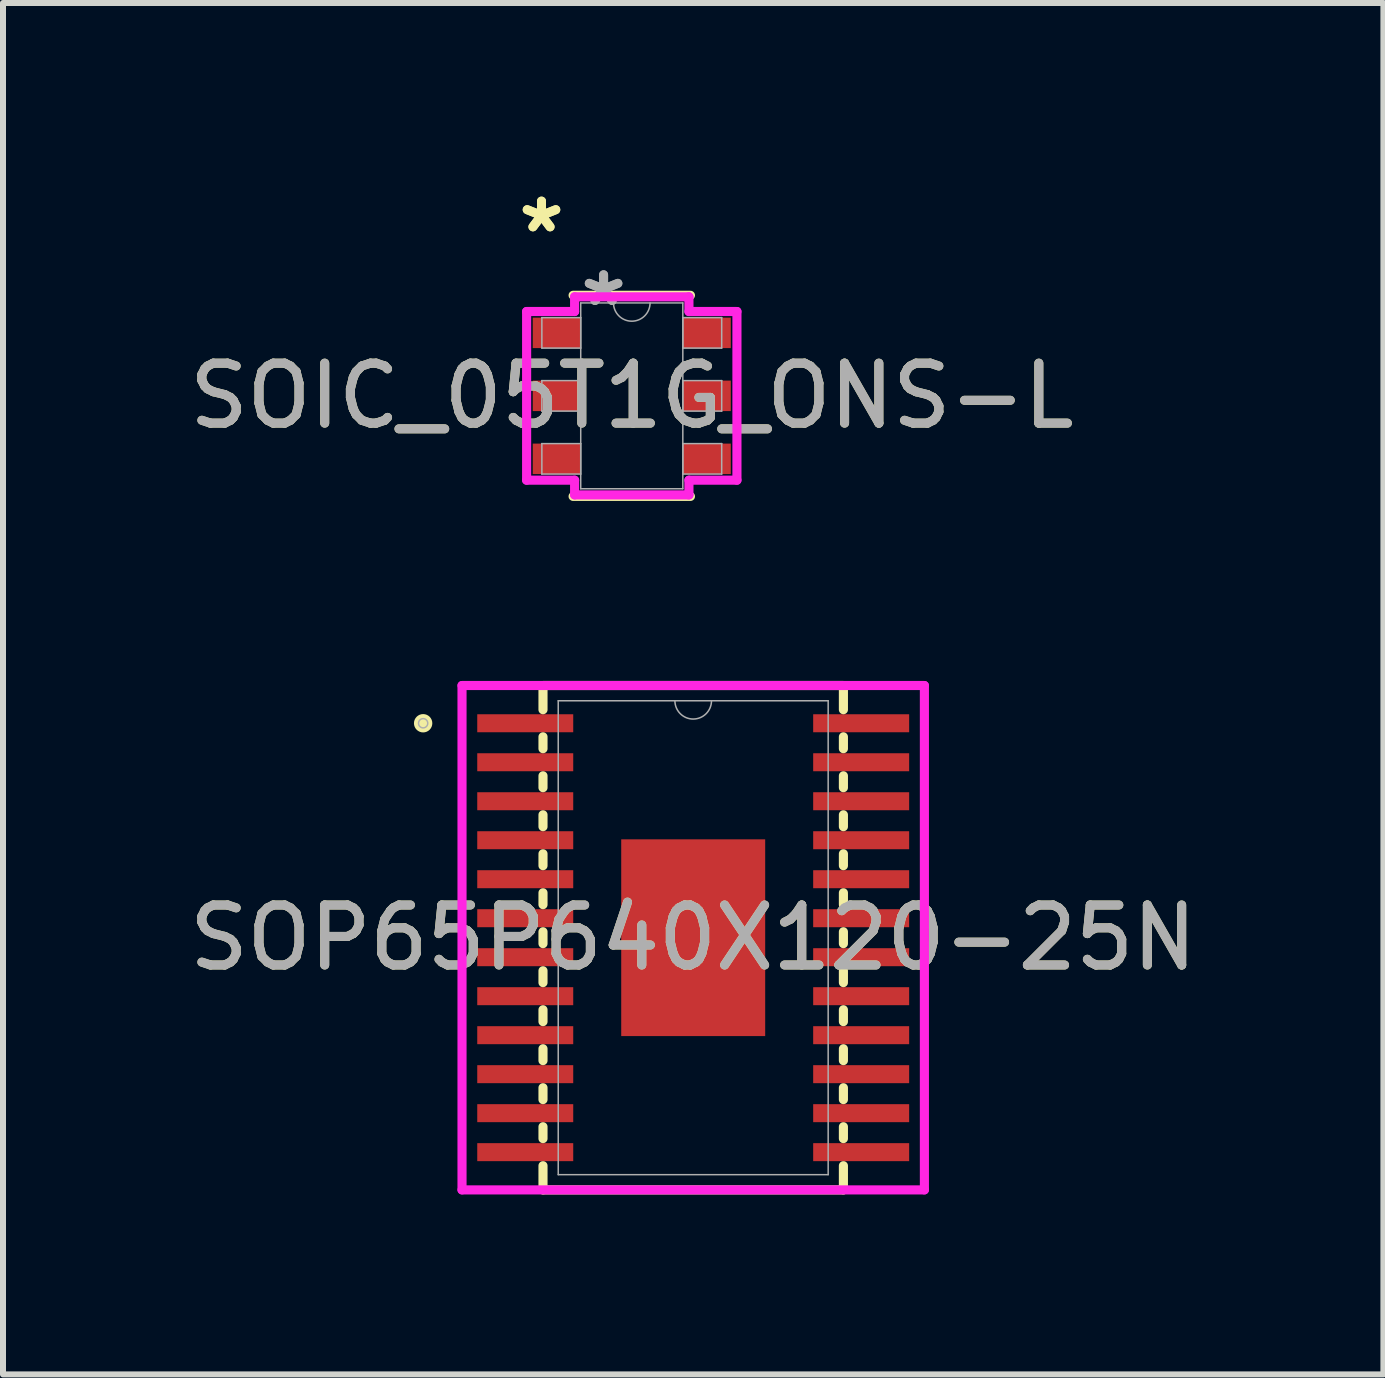
<source format=kicad_pcb>
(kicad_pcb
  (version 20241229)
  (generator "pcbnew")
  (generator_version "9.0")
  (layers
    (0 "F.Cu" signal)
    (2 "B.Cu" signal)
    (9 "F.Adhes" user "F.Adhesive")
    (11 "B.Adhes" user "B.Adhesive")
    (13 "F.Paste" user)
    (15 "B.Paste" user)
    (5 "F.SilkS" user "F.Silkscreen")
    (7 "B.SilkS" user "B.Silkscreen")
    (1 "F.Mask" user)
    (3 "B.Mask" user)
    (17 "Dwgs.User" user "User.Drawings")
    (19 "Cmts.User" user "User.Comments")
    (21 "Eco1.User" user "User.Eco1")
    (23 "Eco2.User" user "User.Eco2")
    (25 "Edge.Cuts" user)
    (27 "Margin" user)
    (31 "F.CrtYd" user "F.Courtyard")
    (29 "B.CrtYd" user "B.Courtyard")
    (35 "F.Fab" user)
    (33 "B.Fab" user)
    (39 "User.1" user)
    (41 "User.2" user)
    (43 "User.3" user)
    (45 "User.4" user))
  (footprint "SOP65P640X120-25N"
    (layer "F.Cu")
    (at 8.506 12.582)
    (property "Reference" "SOP65P640X120-25N" (at 0 0 0) (unlocked yes) (layer "F.SilkS") (effects (font (size 1 1) (thickness 0.15))))
    (attr smd)
    (fp_poly (pts (xy -3.6 -3.725) (xy -3.6 -3.425) (xy -2 -3.425) (xy -2 -3.725)) (stroke (width 0) (type solid)) (fill yes) (layer "F.Mask"))
    (fp_poly (pts (xy -3.6 -3.075) (xy -3.6 -2.775) (xy -2 -2.775) (xy -2 -3.075)) (stroke (width 0) (type solid)) (fill yes) (layer "F.Mask"))
    (fp_poly (pts (xy -3.6 -2.425) (xy -3.6 -2.125) (xy -2 -2.125) (xy -2 -2.425)) (stroke (width 0) (type solid)) (fill yes) (layer "F.Mask"))
    (fp_poly (pts (xy -3.6 -1.775) (xy -3.6 -1.475) (xy -2 -1.475) (xy -2 -1.775)) (stroke (width 0) (type solid)) (fill yes) (layer "F.Mask"))
    (fp_poly (pts (xy -3.6 -1.125) (xy -3.6 -0.825) (xy -2 -0.825) (xy -2 -1.125)) (stroke (width 0) (type solid)) (fill yes) (layer "F.Mask"))
    (fp_poly (pts (xy -3.6 -0.475) (xy -3.6 -0.175) (xy -2 -0.175) (xy -2 -0.475)) (stroke (width 0) (type solid)) (fill yes) (layer "F.Mask"))
    (fp_poly (pts (xy -3.6 0.175) (xy -3.6 0.475) (xy -2 0.475) (xy -2 0.175)) (stroke (width 0) (type solid)) (fill yes) (layer "F.Mask"))
    (fp_poly (pts (xy -3.6 0.825) (xy -3.6 1.125) (xy -2 1.125) (xy -2 0.825)) (stroke (width 0) (type solid)) (fill yes) (layer "F.Mask"))
    (fp_poly (pts (xy -3.6 1.475) (xy -3.6 1.775) (xy -2 1.775) (xy -2 1.475)) (stroke (width 0) (type solid)) (fill yes) (layer "F.Mask"))
    (fp_poly (pts (xy -3.6 2.125) (xy -3.6 2.425) (xy -2 2.425) (xy -2 2.125)) (stroke (width 0) (type solid)) (fill yes) (layer "F.Mask"))
    (fp_poly (pts (xy -3.6 2.775) (xy -3.6 3.075) (xy -2 3.075) (xy -2 2.775)) (stroke (width 0) (type solid)) (fill yes) (layer "F.Mask"))
    (fp_poly (pts (xy -3.6 3.425) (xy -3.6 3.725) (xy -2 3.725) (xy -2 3.425)) (stroke (width 0) (type solid)) (fill yes) (layer "F.Mask"))
    (fp_poly (pts (xy 2 -3.725) (xy 2 -3.425) (xy 3.6 -3.425) (xy 3.6 -3.725)) (stroke (width 0) (type solid)) (fill yes) (layer "F.Mask"))
    (fp_poly (pts (xy 2 -3.075) (xy 2 -2.775) (xy 3.6 -2.775) (xy 3.6 -3.075)) (stroke (width 0) (type solid)) (fill yes) (layer "F.Mask"))
    (fp_poly (pts (xy 2 -2.425) (xy 2 -2.125) (xy 3.6 -2.125) (xy 3.6 -2.425)) (stroke (width 0) (type solid)) (fill yes) (layer "F.Mask"))
    (fp_poly (pts (xy 2 -1.775) (xy 2 -1.475) (xy 3.6 -1.475) (xy 3.6 -1.775)) (stroke (width 0) (type solid)) (fill yes) (layer "F.Mask"))
    (fp_poly (pts (xy 2 -1.125) (xy 2 -0.825) (xy 3.6 -0.825) (xy 3.6 -1.125)) (stroke (width 0) (type solid)) (fill yes) (layer "F.Mask"))
    (fp_poly (pts (xy 2 -0.475) (xy 2 -0.175) (xy 3.6 -0.175) (xy 3.6 -0.475)) (stroke (width 0) (type solid)) (fill yes) (layer "F.Mask"))
    (fp_poly (pts (xy 2 0.175) (xy 2 0.475) (xy 3.6 0.475) (xy 3.6 0.175)) (stroke (width 0) (type solid)) (fill yes) (layer "F.Mask"))
    (fp_poly (pts (xy 2 0.825) (xy 2 1.125) (xy 3.6 1.125) (xy 3.6 0.825)) (stroke (width 0) (type solid)) (fill yes) (layer "F.Mask"))
    (fp_poly (pts (xy 2 1.475) (xy 2 1.775) (xy 3.6 1.775) (xy 3.6 1.475)) (stroke (width 0) (type solid)) (fill yes) (layer "F.Mask"))
    (fp_poly (pts (xy 2 2.125) (xy 2 2.425) (xy 3.6 2.425) (xy 3.6 2.125)) (stroke (width 0) (type solid)) (fill yes) (layer "F.Mask"))
    (fp_poly (pts (xy 2 2.775) (xy 2 3.075) (xy 3.6 3.075) (xy 3.6 2.775)) (stroke (width 0) (type solid)) (fill yes) (layer "F.Mask"))
    (fp_poly (pts (xy 2 3.425) (xy 2 3.725) (xy 3.6 3.725) (xy 3.6 3.425)) (stroke (width 0) (type solid)) (fill yes) (layer "F.Mask"))
    (fp_line (start -2.504 -4.204) (end -2.504 -3.801) (stroke (width 0.152) (type solid)) (layer "F.SilkS"))
    (fp_line (start -2.504 -3.349) (end -2.504 -3.151) (stroke (width 0.152) (type solid)) (layer "F.SilkS"))
    (fp_line (start -2.504 -2.699) (end -2.504 -2.501) (stroke (width 0.152) (type solid)) (layer "F.SilkS"))
    (fp_line (start -2.504 -2.049) (end -2.504 -1.851) (stroke (width 0.152) (type solid)) (layer "F.SilkS"))
    (fp_line (start -2.504 -1.399) (end -2.504 -1.201) (stroke (width 0.152) (type solid)) (layer "F.SilkS"))
    (fp_line (start -2.504 -0.749) (end -2.504 -0.551) (stroke (width 0.152) (type solid)) (layer "F.SilkS"))
    (fp_line (start -2.504 -0.099) (end -2.504 0.099) (stroke (width 0.152) (type solid)) (layer "F.SilkS"))
    (fp_line (start -2.504 0.551) (end -2.504 0.749) (stroke (width 0.152) (type solid)) (layer "F.SilkS"))
    (fp_line (start -2.504 1.201) (end -2.504 1.399) (stroke (width 0.152) (type solid)) (layer "F.SilkS"))
    (fp_line (start -2.504 1.851) (end -2.504 2.049) (stroke (width 0.152) (type solid)) (layer "F.SilkS"))
    (fp_line (start -2.504 2.501) (end -2.504 2.699) (stroke (width 0.152) (type solid)) (layer "F.SilkS"))
    (fp_line (start -2.504 3.151) (end -2.504 3.349) (stroke (width 0.152) (type solid)) (layer "F.SilkS"))
    (fp_line (start -2.504 3.801) (end -2.504 4.204) (stroke (width 0.152) (type solid)) (layer "F.SilkS"))
    (fp_line (start -2.504 4.204) (end 2.504 4.204) (stroke (width 0.152) (type solid)) (layer "F.SilkS"))
    (fp_line (start 2.504 -4.204) (end -2.504 -4.204) (stroke (width 0.152) (type solid)) (layer "F.SilkS"))
    (fp_line (start 2.504 -3.801) (end 2.504 -4.204) (stroke (width 0.152) (type solid)) (layer "F.SilkS"))
    (fp_line (start 2.504 -3.151) (end 2.504 -3.349) (stroke (width 0.152) (type solid)) (layer "F.SilkS"))
    (fp_line (start 2.504 -2.501) (end 2.504 -2.699) (stroke (width 0.152) (type solid)) (layer "F.SilkS"))
    (fp_line (start 2.504 -1.851) (end 2.504 -2.049) (stroke (width 0.152) (type solid)) (layer "F.SilkS"))
    (fp_line (start 2.504 -1.201) (end 2.504 -1.399) (stroke (width 0.152) (type solid)) (layer "F.SilkS"))
    (fp_line (start 2.504 -0.551) (end 2.504 -0.749) (stroke (width 0.152) (type solid)) (layer "F.SilkS"))
    (fp_line (start 2.504 0.099) (end 2.504 -0.099) (stroke (width 0.152) (type solid)) (layer "F.SilkS"))
    (fp_line (start 2.504 0.749) (end 2.504 0.551) (stroke (width 0.152) (type solid)) (layer "F.SilkS"))
    (fp_line (start 2.504 1.399) (end 2.504 1.201) (stroke (width 0.152) (type solid)) (layer "F.SilkS"))
    (fp_line (start 2.504 2.049) (end 2.504 1.851) (stroke (width 0.152) (type solid)) (layer "F.SilkS"))
    (fp_line (start 2.504 2.699) (end 2.504 2.501) (stroke (width 0.152) (type solid)) (layer "F.SilkS"))
    (fp_line (start 2.504 3.349) (end 2.504 3.151) (stroke (width 0.152) (type solid)) (layer "F.SilkS"))
    (fp_line (start 2.504 4.204) (end 2.504 3.801) (stroke (width 0.152) (type solid)) (layer "F.SilkS"))
    (fp_circle (center -4.502 -3.575) (end -4.425 -3.575) (stroke (width 0.152) (type solid)) (fill no) (layer "F.SilkS"))
    (fp_poly (pts (xy -3.6 -3.725) (xy -3.6 -3.425) (xy -2 -3.425) (xy -2 -3.725)) (stroke (width 0) (type solid)) (fill yes) (layer "F.Paste"))
    (fp_poly (pts (xy -3.6 -3.075) (xy -3.6 -2.775) (xy -2 -2.775) (xy -2 -3.075)) (stroke (width 0) (type solid)) (fill yes) (layer "F.Paste"))
    (fp_poly (pts (xy -3.6 -2.425) (xy -3.6 -2.125) (xy -2 -2.125) (xy -2 -2.425)) (stroke (width 0) (type solid)) (fill yes) (layer "F.Paste"))
    (fp_poly (pts (xy -3.6 -1.775) (xy -3.6 -1.475) (xy -2 -1.475) (xy -2 -1.775)) (stroke (width 0) (type solid)) (fill yes) (layer "F.Paste"))
    (fp_poly (pts (xy -3.6 -1.125) (xy -3.6 -0.825) (xy -2 -0.825) (xy -2 -1.125)) (stroke (width 0) (type solid)) (fill yes) (layer "F.Paste"))
    (fp_poly (pts (xy -3.6 -0.475) (xy -3.6 -0.175) (xy -2 -0.175) (xy -2 -0.475)) (stroke (width 0) (type solid)) (fill yes) (layer "F.Paste"))
    (fp_poly (pts (xy -3.6 0.175) (xy -3.6 0.475) (xy -2 0.475) (xy -2 0.175)) (stroke (width 0) (type solid)) (fill yes) (layer "F.Paste"))
    (fp_poly (pts (xy -3.6 0.825) (xy -3.6 1.125) (xy -2 1.125) (xy -2 0.825)) (stroke (width 0) (type solid)) (fill yes) (layer "F.Paste"))
    (fp_poly (pts (xy -3.6 1.475) (xy -3.6 1.775) (xy -2 1.775) (xy -2 1.475)) (stroke (width 0) (type solid)) (fill yes) (layer "F.Paste"))
    (fp_poly (pts (xy -3.6 2.125) (xy -3.6 2.425) (xy -2 2.425) (xy -2 2.125)) (stroke (width 0) (type solid)) (fill yes) (layer "F.Paste"))
    (fp_poly (pts (xy -3.6 2.775) (xy -3.6 3.075) (xy -2 3.075) (xy -2 2.775)) (stroke (width 0) (type solid)) (fill yes) (layer "F.Paste"))
    (fp_poly (pts (xy -3.6 3.425) (xy -3.6 3.725) (xy -2 3.725) (xy -2 3.425)) (stroke (width 0) (type solid)) (fill yes) (layer "F.Paste"))
    (fp_poly (pts (xy -1.1 -1.54) (xy -1.1 -0.1) (xy 1.1 -0.1) (xy 1.1 -1.54)) (stroke (width 0) (type solid)) (fill yes) (layer "F.Paste"))
    (fp_poly (pts (xy -1.1 0.1) (xy -1.1 1.54) (xy 1.1 1.54) (xy 1.1 0.1)) (stroke (width 0) (type solid)) (fill yes) (layer "F.Paste"))
    (fp_poly (pts (xy 2 -3.725) (xy 2 -3.425) (xy 3.6 -3.425) (xy 3.6 -3.725)) (stroke (width 0) (type solid)) (fill yes) (layer "F.Paste"))
    (fp_poly (pts (xy 2 -3.075) (xy 2 -2.775) (xy 3.6 -2.775) (xy 3.6 -3.075)) (stroke (width 0) (type solid)) (fill yes) (layer "F.Paste"))
    (fp_poly (pts (xy 2 -2.425) (xy 2 -2.125) (xy 3.6 -2.125) (xy 3.6 -2.425)) (stroke (width 0) (type solid)) (fill yes) (layer "F.Paste"))
    (fp_poly (pts (xy 2 -1.775) (xy 2 -1.475) (xy 3.6 -1.475) (xy 3.6 -1.775)) (stroke (width 0) (type solid)) (fill yes) (layer "F.Paste"))
    (fp_poly (pts (xy 2 -1.125) (xy 2 -0.825) (xy 3.6 -0.825) (xy 3.6 -1.125)) (stroke (width 0) (type solid)) (fill yes) (layer "F.Paste"))
    (fp_poly (pts (xy 2 -0.475) (xy 2 -0.175) (xy 3.6 -0.175) (xy 3.6 -0.475)) (stroke (width 0) (type solid)) (fill yes) (layer "F.Paste"))
    (fp_poly (pts (xy 2 0.175) (xy 2 0.475) (xy 3.6 0.475) (xy 3.6 0.175)) (stroke (width 0) (type solid)) (fill yes) (layer "F.Paste"))
    (fp_poly (pts (xy 2 0.825) (xy 2 1.125) (xy 3.6 1.125) (xy 3.6 0.825)) (stroke (width 0) (type solid)) (fill yes) (layer "F.Paste"))
    (fp_poly (pts (xy 2 1.475) (xy 2 1.775) (xy 3.6 1.775) (xy 3.6 1.475)) (stroke (width 0) (type solid)) (fill yes) (layer "F.Paste"))
    (fp_poly (pts (xy 2 2.125) (xy 2 2.425) (xy 3.6 2.425) (xy 3.6 2.125)) (stroke (width 0) (type solid)) (fill yes) (layer "F.Paste"))
    (fp_poly (pts (xy 2 2.775) (xy 2 3.075) (xy 3.6 3.075) (xy 3.6 2.775)) (stroke (width 0) (type solid)) (fill yes) (layer "F.Paste"))
    (fp_poly (pts (xy 2 3.425) (xy 2 3.725) (xy 3.6 3.725) (xy 3.6 3.425)) (stroke (width 0) (type solid)) (fill yes) (layer "F.Paste"))
    (fp_line (start -3.854 -4.204) (end 3.854 -4.204) (stroke (width 0.152) (type solid)) (layer "F.CrtYd"))
    (fp_line (start -3.854 4.204) (end -3.854 -4.204) (stroke (width 0.152) (type solid)) (layer "F.CrtYd"))
    (fp_line (start 3.854 -4.204) (end 3.854 4.204) (stroke (width 0.152) (type solid)) (layer "F.CrtYd"))
    (fp_line (start 3.854 4.204) (end -3.854 4.204) (stroke (width 0.152) (type solid)) (layer "F.CrtYd"))
    (fp_line (start -2.25 -3.95) (end -2.25 3.95) (stroke (width 0.025) (type solid)) (layer "F.Fab"))
    (fp_line (start -2.25 3.95) (end 2.25 3.95) (stroke (width 0.025) (type solid)) (layer "F.Fab"))
    (fp_line (start 2.25 -3.95) (end -2.25 -3.95) (stroke (width 0.025) (type solid)) (layer "F.Fab"))
    (fp_line (start 2.25 3.95) (end 2.25 -3.95) (stroke (width 0.025) (type solid)) (layer "F.Fab"))
    (fp_arc (start 0.3048 -3.95) (mid 0 -3.6452) (end -0.3048 -3.95) (stroke (width 0.0254) (type solid)) (layer "F.Fab"))
    (fp_circle (center -4.502 -3.575) (end -4.425 -3.575) (stroke (width 0.025) (type solid)) (fill no) (layer "F.Fab"))
    (fp_text user "${REFERENCE}" (at 0 0 0) (unlocked yes) (layer "F.Fab") (effects (font (size 1 1) (thickness 0.15))))
    (pad "1" smd rect (at -2.8 -3.575) (size 1.6 0.3) (layers "F.Cu" "F.Mask"))
    (pad "2" smd rect (at -2.8 -2.925) (size 1.6 0.3) (layers "F.Cu" "F.Mask"))
    (pad "3" smd rect (at -2.8 -2.275) (size 1.6 0.3) (layers "F.Cu" "F.Mask"))
    (pad "4" smd rect (at -2.8 -1.625) (size 1.6 0.3) (layers "F.Cu" "F.Mask"))
    (pad "5" smd rect (at -2.8 -0.975) (size 1.6 0.3) (layers "F.Cu" "F.Mask"))
    (pad "6" smd rect (at -2.8 -0.325) (size 1.6 0.3) (layers "F.Cu" "F.Mask"))
    (pad "7" smd rect (at -2.8 0.325) (size 1.6 0.3) (layers "F.Cu" "F.Mask"))
    (pad "8" smd rect (at -2.8 0.975) (size 1.6 0.3) (layers "F.Cu" "F.Mask"))
    (pad "9" smd rect (at -2.8 1.625) (size 1.6 0.3) (layers "F.Cu" "F.Mask"))
    (pad "10" smd rect (at -2.8 2.275) (size 1.6 0.3) (layers "F.Cu" "F.Mask"))
    (pad "11" smd rect (at -2.8 2.925) (size 1.6 0.3) (layers "F.Cu" "F.Mask"))
    (pad "12" smd rect (at -2.8 3.575) (size 1.6 0.3) (layers "F.Cu" "F.Mask"))
    (pad "13" smd rect (at 2.8 3.575) (size 1.6 0.3) (layers "F.Cu" "F.Mask"))
    (pad "14" smd rect (at 2.8 2.925) (size 1.6 0.3) (layers "F.Cu" "F.Mask"))
    (pad "15" smd rect (at 2.8 2.275) (size 1.6 0.3) (layers "F.Cu" "F.Mask"))
    (pad "16" smd rect (at 2.8 1.625) (size 1.6 0.3) (layers "F.Cu" "F.Mask"))
    (pad "17" smd rect (at 2.8 0.975) (size 1.6 0.3) (layers "F.Cu" "F.Mask"))
    (pad "18" smd rect (at 2.8 0.325) (size 1.6 0.3) (layers "F.Cu" "F.Mask"))
    (pad "19" smd rect (at 2.8 -0.325) (size 1.6 0.3) (layers "F.Cu" "F.Mask"))
    (pad "20" smd rect (at 2.8 -0.975) (size 1.6 0.3) (layers "F.Cu" "F.Mask"))
    (pad "21" smd rect (at 2.8 -1.625) (size 1.6 0.3) (layers "F.Cu" "F.Mask"))
    (pad "22" smd rect (at 2.8 -2.275) (size 1.6 0.3) (layers "F.Cu" "F.Mask"))
    (pad "23" smd rect (at 2.8 -2.925) (size 1.6 0.3) (layers "F.Cu" "F.Mask"))
    (pad "24" smd rect (at 2.8 -3.575) (size 1.6 0.3) (layers "F.Cu" "F.Mask"))
    (pad "25" smd rect (at 0 0) (size 2.4 3.28) (layers "F.Cu" "F.Mask")))
  (footprint "SOIC_05T1G_ONS-L"
    (layer "F.Cu")
    (at 7.482 3.549)
    (property "Reference" "SOIC_05T1G_ONS-L" (at 0 0 0) (unlocked yes) (layer "F.SilkS") (effects (font (size 1 1) (thickness 0.15))))
    (attr smd)
    (fp_line (start -0.978 1.676) (end 0.978 1.676) (stroke (width 0.152) (type solid)) (layer "F.SilkS"))
    (fp_line (start 0.978 -1.676) (end -0.978 -1.676) (stroke (width 0.152) (type solid)) (layer "F.SilkS"))
    (fp_line (start -1.753 -1.406) (end -0.953 -1.406) (stroke (width 0.152) (type solid)) (layer "F.CrtYd"))
    (fp_line (start -1.753 1.406) (end -1.753 -1.406) (stroke (width 0.152) (type solid)) (layer "F.CrtYd"))
    (fp_line (start -1.753 1.406) (end -0.953 1.406) (stroke (width 0.152) (type solid)) (layer "F.CrtYd"))
    (fp_line (start -0.953 -1.651) (end 0.953 -1.651) (stroke (width 0.152) (type solid)) (layer "F.CrtYd"))
    (fp_line (start -0.953 -1.406) (end -0.953 -1.651) (stroke (width 0.152) (type solid)) (layer "F.CrtYd"))
    (fp_line (start -0.953 1.651) (end -0.953 1.406) (stroke (width 0.152) (type solid)) (layer "F.CrtYd"))
    (fp_line (start 0.953 -1.651) (end 0.953 -1.406) (stroke (width 0.152) (type solid)) (layer "F.CrtYd"))
    (fp_line (start 0.953 1.406) (end 0.953 1.651) (stroke (width 0.152) (type solid)) (layer "F.CrtYd"))
    (fp_line (start 0.953 1.651) (end -0.953 1.651) (stroke (width 0.152) (type solid)) (layer "F.CrtYd"))
    (fp_line (start 1.753 -1.406) (end 0.953 -1.406) (stroke (width 0.152) (type solid)) (layer "F.CrtYd"))
    (fp_line (start 1.753 -1.406) (end 1.753 1.406) (stroke (width 0.152) (type solid)) (layer "F.CrtYd"))
    (fp_line (start 1.753 1.406) (end 0.953 1.406) (stroke (width 0.152) (type solid)) (layer "F.CrtYd"))
    (fp_line (start -1.499 -1.304) (end -1.499 -0.796) (stroke (width 0.025) (type solid)) (layer "F.Fab"))
    (fp_line (start -1.499 -0.796) (end -0.851 -0.796) (stroke (width 0.025) (type solid)) (layer "F.Fab"))
    (fp_line (start -1.499 -0.254) (end -1.499 0.254) (stroke (width 0.025) (type solid)) (layer "F.Fab"))
    (fp_line (start -1.499 0.254) (end -0.851 0.254) (stroke (width 0.025) (type solid)) (layer "F.Fab"))
    (fp_line (start -1.499 0.796) (end -1.499 1.304) (stroke (width 0.025) (type solid)) (layer "F.Fab"))
    (fp_line (start -1.499 1.304) (end -0.851 1.304) (stroke (width 0.025) (type solid)) (layer "F.Fab"))
    (fp_line (start -0.851 -1.549) (end -0.851 1.549) (stroke (width 0.025) (type solid)) (layer "F.Fab"))
    (fp_line (start -0.851 -1.304) (end -1.499 -1.304) (stroke (width 0.025) (type solid)) (layer "F.Fab"))
    (fp_line (start -0.851 -0.796) (end -0.851 -1.304) (stroke (width 0.025) (type solid)) (layer "F.Fab"))
    (fp_line (start -0.851 -0.254) (end -1.499 -0.254) (stroke (width 0.025) (type solid)) (layer "F.Fab"))
    (fp_line (start -0.851 0.254) (end -0.851 -0.254) (stroke (width 0.025) (type solid)) (layer "F.Fab"))
    (fp_line (start -0.851 0.796) (end -1.499 0.796) (stroke (width 0.025) (type solid)) (layer "F.Fab"))
    (fp_line (start -0.851 1.304) (end -0.851 0.796) (stroke (width 0.025) (type solid)) (layer "F.Fab"))
    (fp_line (start -0.851 1.549) (end 0.851 1.549) (stroke (width 0.025) (type solid)) (layer "F.Fab"))
    (fp_line (start 0.851 -1.549) (end -0.851 -1.549) (stroke (width 0.025) (type solid)) (layer "F.Fab"))
    (fp_line (start 0.851 -1.304) (end 0.851 -0.796) (stroke (width 0.025) (type solid)) (layer "F.Fab"))
    (fp_line (start 0.851 -0.796) (end 1.499 -0.796) (stroke (width 0.025) (type solid)) (layer "F.Fab"))
    (fp_line (start 0.851 -0.254) (end 0.851 0.254) (stroke (width 0.025) (type solid)) (layer "F.Fab"))
    (fp_line (start 0.851 0.254) (end 1.499 0.254) (stroke (width 0.025) (type solid)) (layer "F.Fab"))
    (fp_line (start 0.851 0.796) (end 0.851 1.304) (stroke (width 0.025) (type solid)) (layer "F.Fab"))
    (fp_line (start 0.851 1.304) (end 1.499 1.304) (stroke (width 0.025) (type solid)) (layer "F.Fab"))
    (fp_line (start 0.851 1.549) (end 0.851 -1.549) (stroke (width 0.025) (type solid)) (layer "F.Fab"))
    (fp_line (start 1.499 -1.304) (end 0.851 -1.304) (stroke (width 0.025) (type solid)) (layer "F.Fab"))
    (fp_line (start 1.499 -0.796) (end 1.499 -1.304) (stroke (width 0.025) (type solid)) (layer "F.Fab"))
    (fp_line (start 1.499 -0.254) (end 0.851 -0.254) (stroke (width 0.025) (type solid)) (layer "F.Fab"))
    (fp_line (start 1.499 0.254) (end 1.499 -0.254) (stroke (width 0.025) (type solid)) (layer "F.Fab"))
    (fp_line (start 1.499 0.796) (end 0.851 0.796) (stroke (width 0.025) (type solid)) (layer "F.Fab"))
    (fp_line (start 1.499 1.304) (end 1.499 0.796) (stroke (width 0.025) (type solid)) (layer "F.Fab"))
    (fp_arc (start 0.3048 -1.5494) (mid 0 -1.2446) (end -0.3048 -1.5494) (stroke (width 0.0254) (type solid)) (layer "F.Fab"))
    (fp_text user "*" (at -1.505 -2.701 0) (unlocked yes) (layer "F.SilkS") (effects (font (size 1 1) (thickness 0.15))))
    (fp_text user "*" (at -1.505 -2.701 0) (layer "F.SilkS") (effects (font (size 1 1) (thickness 0.15))))
    (fp_text user "${REFERENCE}" (at 0 0 0) (unlocked yes) (layer "F.Fab") (effects (font (size 1 1) (thickness 0.15))))
    (fp_text user "*" (at -0.47 -1.473 0) (layer "F.Fab") (effects (font (size 1 1) (thickness 0.15))))
    (fp_text user "*" (at -0.47 -1.473 0) (unlocked yes) (layer "F.Fab") (effects (font (size 1 1) (thickness 0.15))))
    (pad "1" smd rect (at -1.251 -1.05) (size 0.8 0.508) (layers "F.Cu" "F.Mask" "F.Paste"))
    (pad "2" smd rect (at -1.251 0) (size 0.8 0.508) (layers "F.Cu" "F.Mask" "F.Paste"))
    (pad "3" smd rect (at -1.251 1.05) (size 0.8 0.508) (layers "F.Cu" "F.Mask" "F.Paste"))
    (pad "4" smd rect (at 1.251 1.05) (size 0.8 0.508) (layers "F.Cu" "F.Mask" "F.Paste"))
    (pad "5" smd rect (at 1.251 0) (size 0.8 0.508) (layers "F.Cu" "F.Mask" "F.Paste"))
    (pad "6" smd rect (at 1.251 -1.05) (size 0.8 0.508) (layers "F.Cu" "F.Mask" "F.Paste")))
  (gr_rect
    (start -3 -3)
    (end 20.012 19.862)
    (stroke (width 0.1) (type default))
    (fill no)
    (layer "Edge.Cuts")))
</source>
